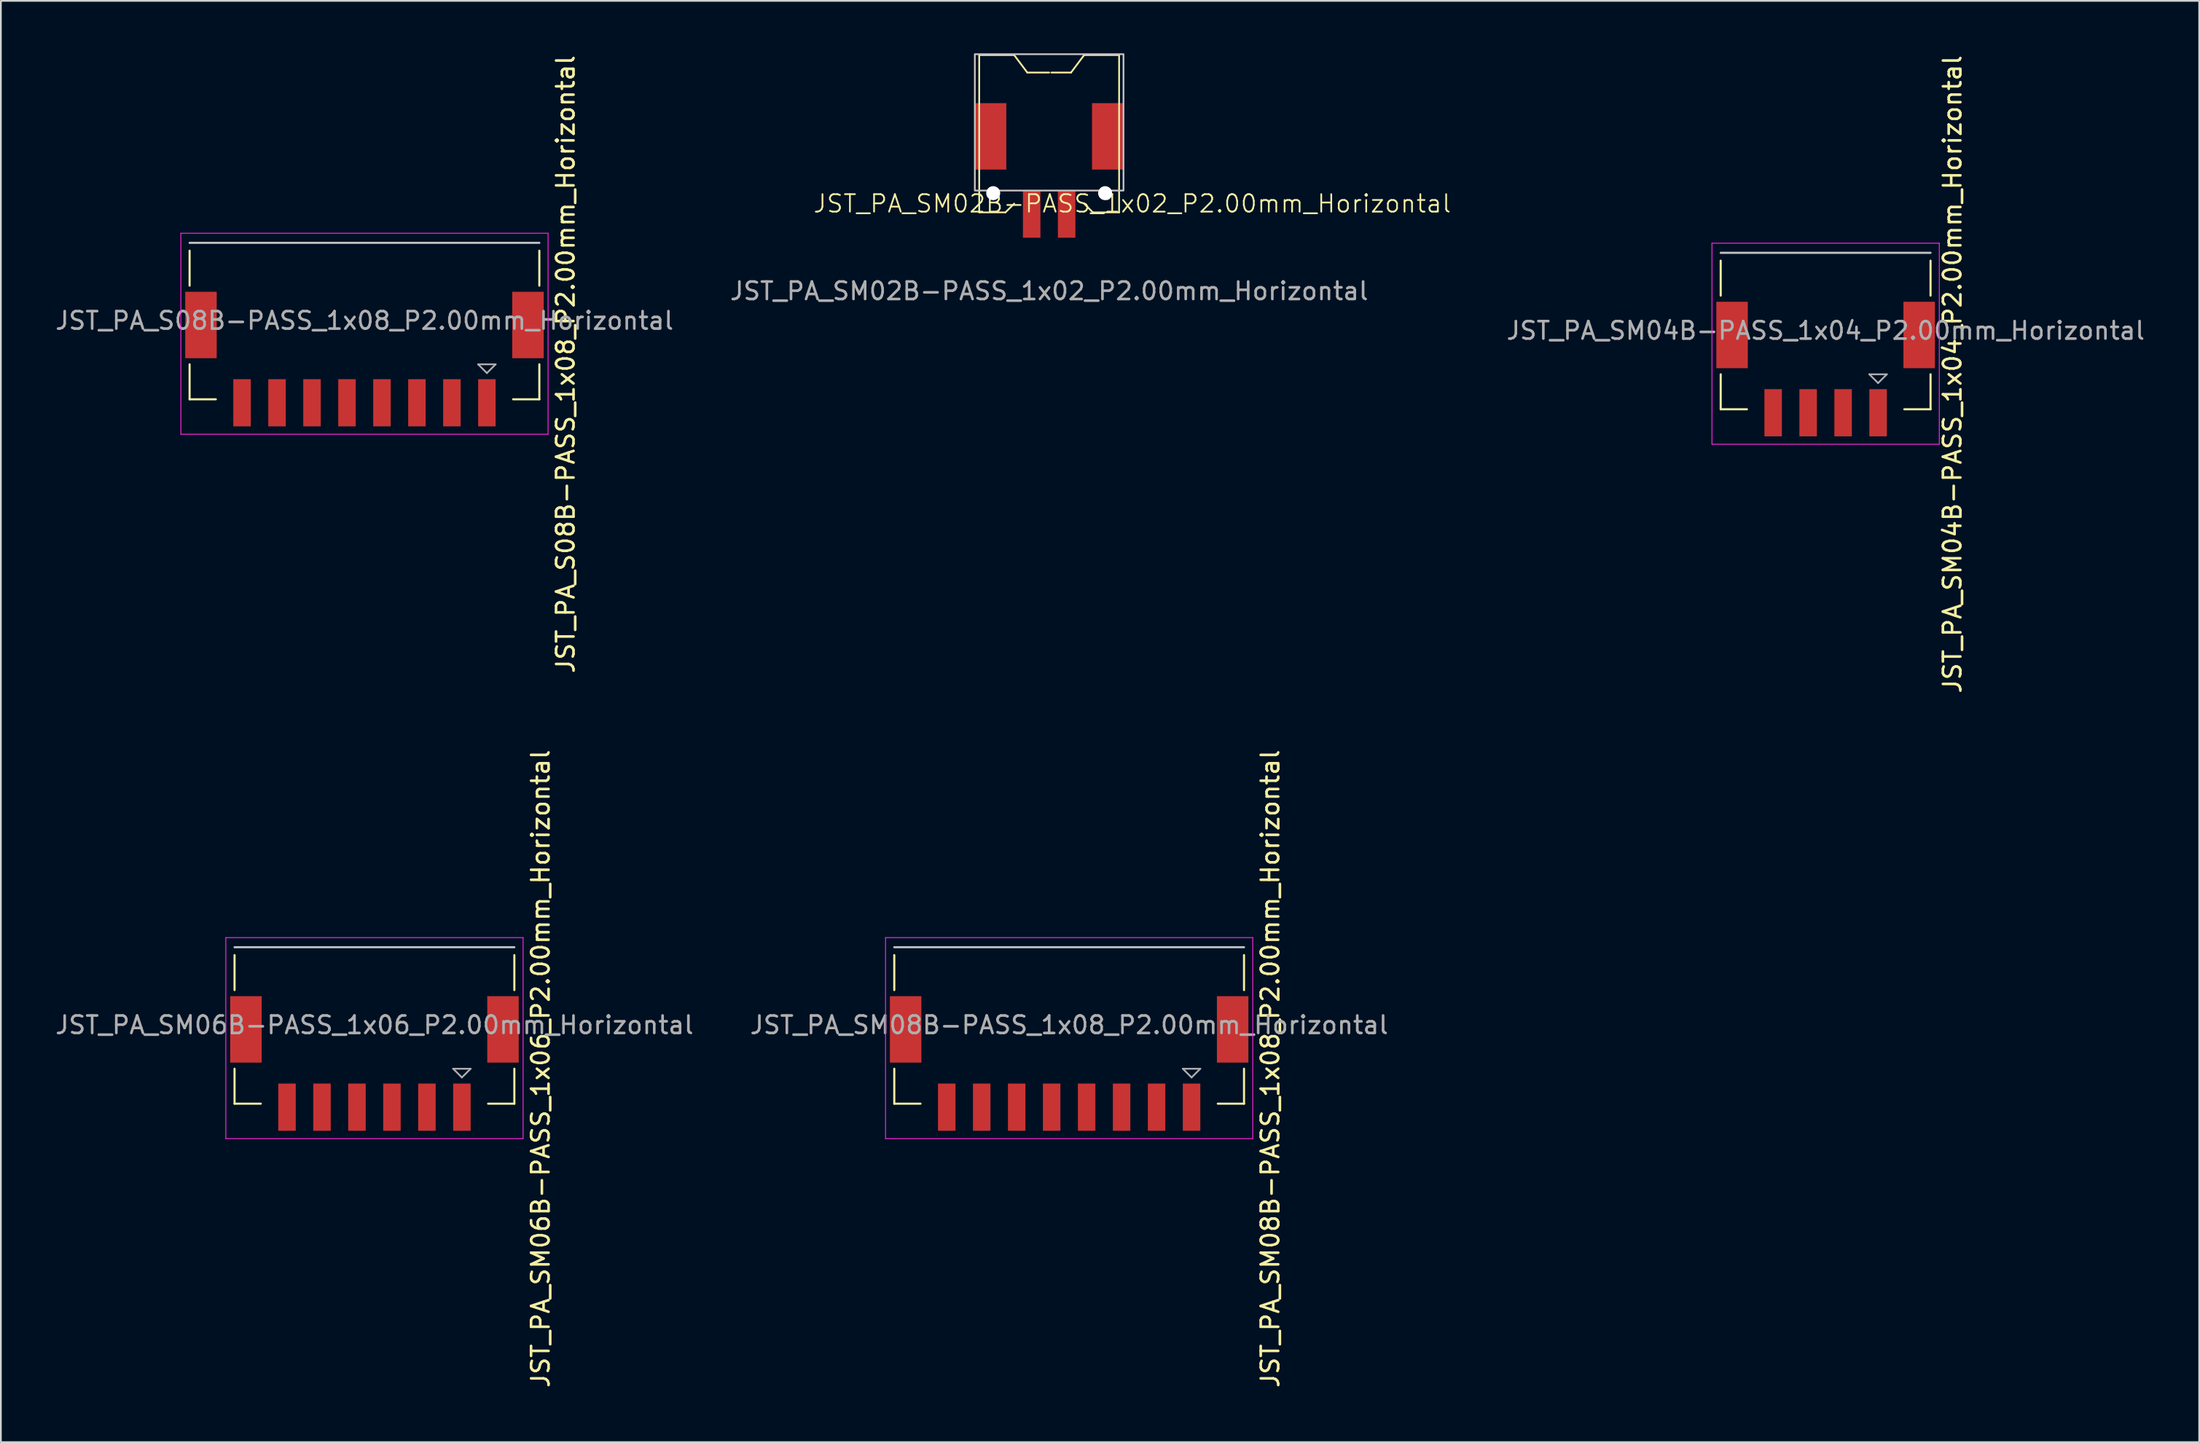
<source format=kicad_pcb>
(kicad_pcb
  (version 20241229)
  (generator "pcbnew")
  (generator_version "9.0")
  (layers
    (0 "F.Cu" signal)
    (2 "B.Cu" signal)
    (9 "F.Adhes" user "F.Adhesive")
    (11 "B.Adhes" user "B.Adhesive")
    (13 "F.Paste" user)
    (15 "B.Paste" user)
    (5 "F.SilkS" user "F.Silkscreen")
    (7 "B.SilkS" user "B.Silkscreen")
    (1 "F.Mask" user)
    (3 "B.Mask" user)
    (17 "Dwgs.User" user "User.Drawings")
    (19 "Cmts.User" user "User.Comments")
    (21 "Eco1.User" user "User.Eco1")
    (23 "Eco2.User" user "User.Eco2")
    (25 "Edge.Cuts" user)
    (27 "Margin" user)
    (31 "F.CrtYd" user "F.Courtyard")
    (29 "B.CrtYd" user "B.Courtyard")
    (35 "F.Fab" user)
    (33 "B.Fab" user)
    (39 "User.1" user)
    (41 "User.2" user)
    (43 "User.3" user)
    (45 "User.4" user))
  (footprint "JST_PA_SM06B-PASS_1x06_P2.00mm_Horizontal"
    (layer "F.Cu")
    (at 18.363 55.589)
    (property "Reference" "JST_PA_SM06B-PASS_1x06_P2.00mm_Horizontal" (at 9.5 2.5 90) (layer "F.SilkS") (effects (font (size 1 1) (thickness 0.15))))
    (attr smd)
    (fp_line (start -8 -2) (end -8 -4) (stroke (width 0.12) (type default)) (layer "F.SilkS"))
    (fp_line (start -8 4.5) (end -8 2.5) (stroke (width 0.12) (type default)) (layer "F.SilkS"))
    (fp_line (start -8 4.5) (end -6.5 4.5) (stroke (width 0.12) (type default)) (layer "F.SilkS"))
    (fp_line (start 6.5 4.5) (end 8 4.5) (stroke (width 0.12) (type default)) (layer "F.SilkS"))
    (fp_line (start 8 -2) (end 8 -4) (stroke (width 0.12) (type default)) (layer "F.SilkS"))
    (fp_line (start 8 4.5) (end 8 2.5) (stroke (width 0.12) (type default)) (layer "F.SilkS"))
    (fp_line (start 8 -4.45) (end -8 -4.45) (stroke (width 0.12) (type default)) (layer "Dwgs.User"))
    (fp_line (start -8.5 -5) (end -8.5 6.5) (stroke (width 0.05) (type solid)) (layer "F.CrtYd"))
    (fp_line (start -8.5 6.5) (end 8.5 6.5) (stroke (width 0.05) (type solid)) (layer "F.CrtYd"))
    (fp_line (start 8.5 -5) (end -8.5 -5) (stroke (width 0.05) (type solid)) (layer "F.CrtYd"))
    (fp_line (start 8.5 6.5) (end 8.5 -5) (stroke (width 0.05) (type solid)) (layer "F.CrtYd"))
    (fp_line (start 4.5 2.5) (end 5 3) (stroke (width 0.1) (type solid)) (layer "F.Fab"))
    (fp_line (start 5 3) (end 5.5 2.5) (stroke (width 0.1) (type solid)) (layer "F.Fab"))
    (fp_line (start 5.5 2.5) (end 4.5 2.5) (stroke (width 0.1) (type solid)) (layer "F.Fab"))
    (fp_text user "${REFERENCE}" (at 0 0 180) (layer "F.Fab") (effects (font (size 1 1) (thickness 0.15))))
    (pad "1" smd rect (at 5 4.7) (size 1 2.7) (layers "F.Cu" "F.Mask" "F.Paste"))
    (pad "2" smd rect (at 3 4.7) (size 1 2.7) (layers "F.Cu" "F.Mask" "F.Paste"))
    (pad "3" smd rect (at 1 4.7) (size 1 2.7) (layers "F.Cu" "F.Mask" "F.Paste"))
    (pad "4" smd rect (at -1 4.7) (size 1 2.7) (layers "F.Cu" "F.Mask" "F.Paste"))
    (pad "5" smd rect (at -3 4.7) (size 1 2.7) (layers "F.Cu" "F.Mask" "F.Paste"))
    (pad "6" smd rect (at -5 4.7) (size 1 2.7) (layers "F.Cu" "F.Mask" "F.Paste"))
    (pad "MP" smd rect (at -7.35 0.25) (size 1.8 3.8) (layers "F.Cu" "F.Mask" "F.Paste"))
    (pad "MP" smd rect (at 7.35 0.25) (size 1.8 3.8) (layers "F.Cu" "F.Mask" "F.Paste")))
  (footprint "JST_PA_S08B-PASS_1x08_P2.00mm_Horizontal"
    (layer "F.Cu")
    (at 17.792 15.292)
    (property "Reference" "JST_PA_S08B-PASS_1x08_P2.00mm_Horizontal" (at 11.5 2.5 90) (layer "F.SilkS") (effects (font (size 1 1) (thickness 0.15))))
    (attr smd)
    (fp_line (start -10 -2) (end -10 -4) (stroke (width 0.12) (type default)) (layer "F.SilkS"))
    (fp_line (start -10 4.5) (end -10 2.5) (stroke (width 0.12) (type default)) (layer "F.SilkS"))
    (fp_line (start -10 4.5) (end -8.5 4.5) (stroke (width 0.12) (type default)) (layer "F.SilkS"))
    (fp_line (start 8.5 4.5) (end 10 4.5) (stroke (width 0.12) (type default)) (layer "F.SilkS"))
    (fp_line (start 10 -2) (end 10 -4) (stroke (width 0.12) (type default)) (layer "F.SilkS"))
    (fp_line (start 10 4.5) (end 10 2.5) (stroke (width 0.12) (type default)) (layer "F.SilkS"))
    (fp_line (start 10 -4.45) (end -10 -4.45) (stroke (width 0.12) (type default)) (layer "Dwgs.User"))
    (fp_line (start -10.5 -5) (end -10.5 6.5) (stroke (width 0.05) (type solid)) (layer "F.CrtYd"))
    (fp_line (start -10.5 6.5) (end 10.5 6.5) (stroke (width 0.05) (type solid)) (layer "F.CrtYd"))
    (fp_line (start 10.5 -5) (end -10.5 -5) (stroke (width 0.05) (type solid)) (layer "F.CrtYd"))
    (fp_line (start 10.5 6.5) (end 10.5 -5) (stroke (width 0.05) (type solid)) (layer "F.CrtYd"))
    (fp_line (start 6.5 2.5) (end 7 3) (stroke (width 0.1) (type solid)) (layer "F.Fab"))
    (fp_line (start 7 3) (end 7.5 2.5) (stroke (width 0.1) (type solid)) (layer "F.Fab"))
    (fp_line (start 7.5 2.5) (end 6.5 2.5) (stroke (width 0.1) (type solid)) (layer "F.Fab"))
    (fp_text user "${REFERENCE}" (at 0 0 180) (layer "F.Fab") (effects (font (size 1 1) (thickness 0.15))))
    (pad "1" smd rect (at 7 4.7) (size 1 2.7) (layers "F.Cu" "F.Mask" "F.Paste"))
    (pad "2" smd rect (at 5 4.7) (size 1 2.7) (layers "F.Cu" "F.Mask" "F.Paste"))
    (pad "3" smd rect (at 3 4.7) (size 1 2.7) (layers "F.Cu" "F.Mask" "F.Paste"))
    (pad "4" smd rect (at 1 4.7) (size 1 2.7) (layers "F.Cu" "F.Mask" "F.Paste"))
    (pad "5" smd rect (at -1 4.7) (size 1 2.7) (layers "F.Cu" "F.Mask" "F.Paste"))
    (pad "6" smd rect (at -3 4.7) (size 1 2.7) (layers "F.Cu" "F.Mask" "F.Paste"))
    (pad "7" smd rect (at -5 4.7) (size 1 2.7) (layers "F.Cu" "F.Mask" "F.Paste"))
    (pad "8" smd rect (at -7 4.7) (size 1 2.7) (layers "F.Cu" "F.Mask" "F.Paste"))
    (pad "MP" smd rect (at -9.35 0.25) (size 1.8 3.8) (layers "F.Cu" "F.Mask" "F.Paste"))
    (pad "MP" smd rect (at 9.35 0.25) (size 1.8 3.8) (layers "F.Cu" "F.Mask" "F.Paste")))
  (footprint "JST_PA_SM02B-PASS_1x02_P2.00mm_Horizontal"
    (layer "F.Cu")
    (at 56.946 7.85)
    (property "Reference" "JST_PA_SM02B-PASS_1x02_P2.00mm_Horizontal" (at 4.75 0.75 0) (unlocked yes) (layer "F.SilkS") (effects (font (size 1 1) (thickness 0.1))))
    (attr smd)
    (fp_line (start -4 -7.75) (end -2 -7.75) (stroke (width 0.1) (type default)) (layer "F.SilkS"))
    (fp_line (start -4 1.25) (end -4 -7.75) (stroke (width 0.1) (type default)) (layer "F.SilkS"))
    (fp_line (start -4 1.25) (end -2.5 1.25) (stroke (width 0.1) (type default)) (layer "F.SilkS"))
    (fp_line (start -2.5 1.25) (end -2 0.75) (stroke (width 0.1) (type default)) (layer "F.SilkS"))
    (fp_line (start -2 -7.75) (end -1.25 -6.75) (stroke (width 0.1) (type default)) (layer "F.SilkS"))
    (fp_line (start -1.25 -6.75) (end 0 -6.75) (stroke (width 0.1) (type default)) (layer "F.SilkS"))
    (fp_line (start 0.125 -6.75) (end 1.25 -6.75) (stroke (width 0.1) (type default)) (layer "F.SilkS"))
    (fp_line (start 1.25 -6.75) (end 2 -7.75) (stroke (width 0.1) (type default)) (layer "F.SilkS"))
    (fp_line (start 2 -7.75) (end 4 -7.75) (stroke (width 0.1) (type default)) (layer "F.SilkS"))
    (fp_line (start 2.5 1.25) (end 2 0.75) (stroke (width 0.1) (type default)) (layer "F.SilkS"))
    (fp_line (start 4 -7.75) (end 4 1.25) (stroke (width 0.1) (type default)) (layer "F.SilkS"))
    (fp_line (start 4 1.25) (end 2.5 1.25) (stroke (width 0.1) (type default)) (layer "F.SilkS"))
    (fp_rect (start -4.25 -7.8) (end 4.25 0) (stroke (width 0.1) (type default)) (fill no) (layer "Dwgs.User"))
    (fp_text user "${REFERENCE}" (at 0 5.75 0) (unlocked yes) (layer "F.Fab") (effects (font (size 1 1) (thickness 0.15))))
    (pad "" np_thru_hole circle (at -3.2 0.15) (size 0.8 0.8) (drill oval 1.9 0.9) (layers "*.Cu" "*.Mask"))
    (pad "" np_thru_hole circle (at 3.2 0.15) (size 0.8 0.8) (drill 0.9) (layers "*.Cu" "*.Mask"))
    (pad "1" smd rect (at 1 1.35) (size 1 2.7) (layers "F.Cu" "F.Mask" "F.Paste"))
    (pad "2" smd rect (at -1 1.35) (size 1 2.7) (layers "F.Cu" "F.Mask" "F.Paste"))
    (pad "MP" smd rect (at -3.35 -3.1) (size 1.8 3.8) (layers "F.Cu" "F.Mask" "F.Paste"))
    (pad "MP" smd rect (at 3.35 -3.1) (size 1.8 3.8) (layers "F.Cu" "F.Mask" "F.Paste")))
  (footprint "JST_PA_SM04B-PASS_1x04_P2.00mm_Horizontal"
    (layer "F.Cu")
    (at 101.348 15.863)
    (property "Reference" "JST_PA_SM04B-PASS_1x04_P2.00mm_Horizontal" (at 7.25 2.5 90) (layer "F.SilkS") (effects (font (size 1 1) (thickness 0.15))))
    (attr smd)
    (fp_line (start -6 -2) (end -6 -4) (stroke (width 0.12) (type default)) (layer "F.SilkS"))
    (fp_line (start -6 4.5) (end -6 2.5) (stroke (width 0.12) (type default)) (layer "F.SilkS"))
    (fp_line (start -6 4.5) (end -4.5 4.5) (stroke (width 0.12) (type default)) (layer "F.SilkS"))
    (fp_line (start 4.5 4.5) (end 6 4.5) (stroke (width 0.12) (type default)) (layer "F.SilkS"))
    (fp_line (start 6 -2) (end 6 -4) (stroke (width 0.12) (type default)) (layer "F.SilkS"))
    (fp_line (start 6 4.5) (end 6 2.5) (stroke (width 0.12) (type default)) (layer "F.SilkS"))
    (fp_line (start 6 -4.45) (end -6 -4.45) (stroke (width 0.12) (type default)) (layer "Dwgs.User"))
    (fp_line (start -6.5 -5) (end -6.5 6.5) (stroke (width 0.05) (type solid)) (layer "F.CrtYd"))
    (fp_line (start -6.5 6.5) (end 6.5 6.5) (stroke (width 0.05) (type solid)) (layer "F.CrtYd"))
    (fp_line (start 6.5 -5) (end -6.5 -5) (stroke (width 0.05) (type solid)) (layer "F.CrtYd"))
    (fp_line (start 6.5 6.5) (end 6.5 -5) (stroke (width 0.05) (type solid)) (layer "F.CrtYd"))
    (fp_line (start 2.5 2.5) (end 3 3) (stroke (width 0.1) (type solid)) (layer "F.Fab"))
    (fp_line (start 3 3) (end 3.5 2.5) (stroke (width 0.1) (type solid)) (layer "F.Fab"))
    (fp_line (start 3.5 2.5) (end 2.5 2.5) (stroke (width 0.1) (type solid)) (layer "F.Fab"))
    (fp_text user "${REFERENCE}" (at 0 0 180) (layer "F.Fab") (effects (font (size 1 1) (thickness 0.15))))
    (pad "1" smd rect (at 3 4.7) (size 1 2.7) (layers "F.Cu" "F.Mask" "F.Paste"))
    (pad "2" smd rect (at 1 4.7) (size 1 2.7) (layers "F.Cu" "F.Mask" "F.Paste"))
    (pad "3" smd rect (at -1 4.7) (size 1 2.7) (layers "F.Cu" "F.Mask" "F.Paste"))
    (pad "4" smd rect (at -3 4.7) (size 1 2.7) (layers "F.Cu" "F.Mask" "F.Paste"))
    (pad "MP" smd rect (at -5.35 0.25) (size 1.8 3.8) (layers "F.Cu" "F.Mask" "F.Paste"))
    (pad "MP" smd rect (at 5.35 0.25) (size 1.8 3.8) (layers "F.Cu" "F.Mask" "F.Paste")))
  (footprint "JST_PA_SM08B-PASS_1x08_P2.00mm_Horizontal"
    (layer "F.Cu")
    (at 58.089 55.589)
    (property "Reference" "JST_PA_SM08B-PASS_1x08_P2.00mm_Horizontal" (at 11.5 2.5 90) (layer "F.SilkS") (effects (font (size 1 1) (thickness 0.15))))
    (attr smd)
    (fp_line (start -10 -2) (end -10 -4) (stroke (width 0.12) (type default)) (layer "F.SilkS"))
    (fp_line (start -10 4.5) (end -10 2.5) (stroke (width 0.12) (type default)) (layer "F.SilkS"))
    (fp_line (start -10 4.5) (end -8.5 4.5) (stroke (width 0.12) (type default)) (layer "F.SilkS"))
    (fp_line (start 8.5 4.5) (end 10 4.5) (stroke (width 0.12) (type default)) (layer "F.SilkS"))
    (fp_line (start 10 -2) (end 10 -4) (stroke (width 0.12) (type default)) (layer "F.SilkS"))
    (fp_line (start 10 4.5) (end 10 2.5) (stroke (width 0.12) (type default)) (layer "F.SilkS"))
    (fp_line (start 10 -4.45) (end -10 -4.45) (stroke (width 0.12) (type default)) (layer "Dwgs.User"))
    (fp_line (start -10.5 -5) (end -10.5 6.5) (stroke (width 0.05) (type solid)) (layer "F.CrtYd"))
    (fp_line (start -10.5 6.5) (end 10.5 6.5) (stroke (width 0.05) (type solid)) (layer "F.CrtYd"))
    (fp_line (start 10.5 -5) (end -10.5 -5) (stroke (width 0.05) (type solid)) (layer "F.CrtYd"))
    (fp_line (start 10.5 6.5) (end 10.5 -5) (stroke (width 0.05) (type solid)) (layer "F.CrtYd"))
    (fp_line (start 6.5 2.5) (end 7 3) (stroke (width 0.1) (type solid)) (layer "F.Fab"))
    (fp_line (start 7 3) (end 7.5 2.5) (stroke (width 0.1) (type solid)) (layer "F.Fab"))
    (fp_line (start 7.5 2.5) (end 6.5 2.5) (stroke (width 0.1) (type solid)) (layer "F.Fab"))
    (fp_text user "${REFERENCE}" (at 0 0 180) (layer "F.Fab") (effects (font (size 1 1) (thickness 0.15))))
    (pad "1" smd rect (at 7 4.7) (size 1 2.7) (layers "F.Cu" "F.Mask" "F.Paste"))
    (pad "2" smd rect (at 5 4.7) (size 1 2.7) (layers "F.Cu" "F.Mask" "F.Paste"))
    (pad "3" smd rect (at 3 4.7) (size 1 2.7) (layers "F.Cu" "F.Mask" "F.Paste"))
    (pad "4" smd rect (at 1 4.7) (size 1 2.7) (layers "F.Cu" "F.Mask" "F.Paste"))
    (pad "5" smd rect (at -1 4.7) (size 1 2.7) (layers "F.Cu" "F.Mask" "F.Paste"))
    (pad "6" smd rect (at -3 4.7) (size 1 2.7) (layers "F.Cu" "F.Mask" "F.Paste"))
    (pad "7" smd rect (at -5 4.7) (size 1 2.7) (layers "F.Cu" "F.Mask" "F.Paste"))
    (pad "8" smd rect (at -7 4.7) (size 1 2.7) (layers "F.Cu" "F.Mask" "F.Paste"))
    (pad "MP" smd rect (at -9.35 0.25) (size 1.8 3.8) (layers "F.Cu" "F.Mask" "F.Paste"))
    (pad "MP" smd rect (at 9.35 0.25) (size 1.8 3.8) (layers "F.Cu" "F.Mask" "F.Paste")))
  (gr_rect
    (start -3 -3)
    (end 122.711 79.452)
    (stroke (width 0.1) (type default))
    (fill no)
    (layer "Edge.Cuts")))
</source>
